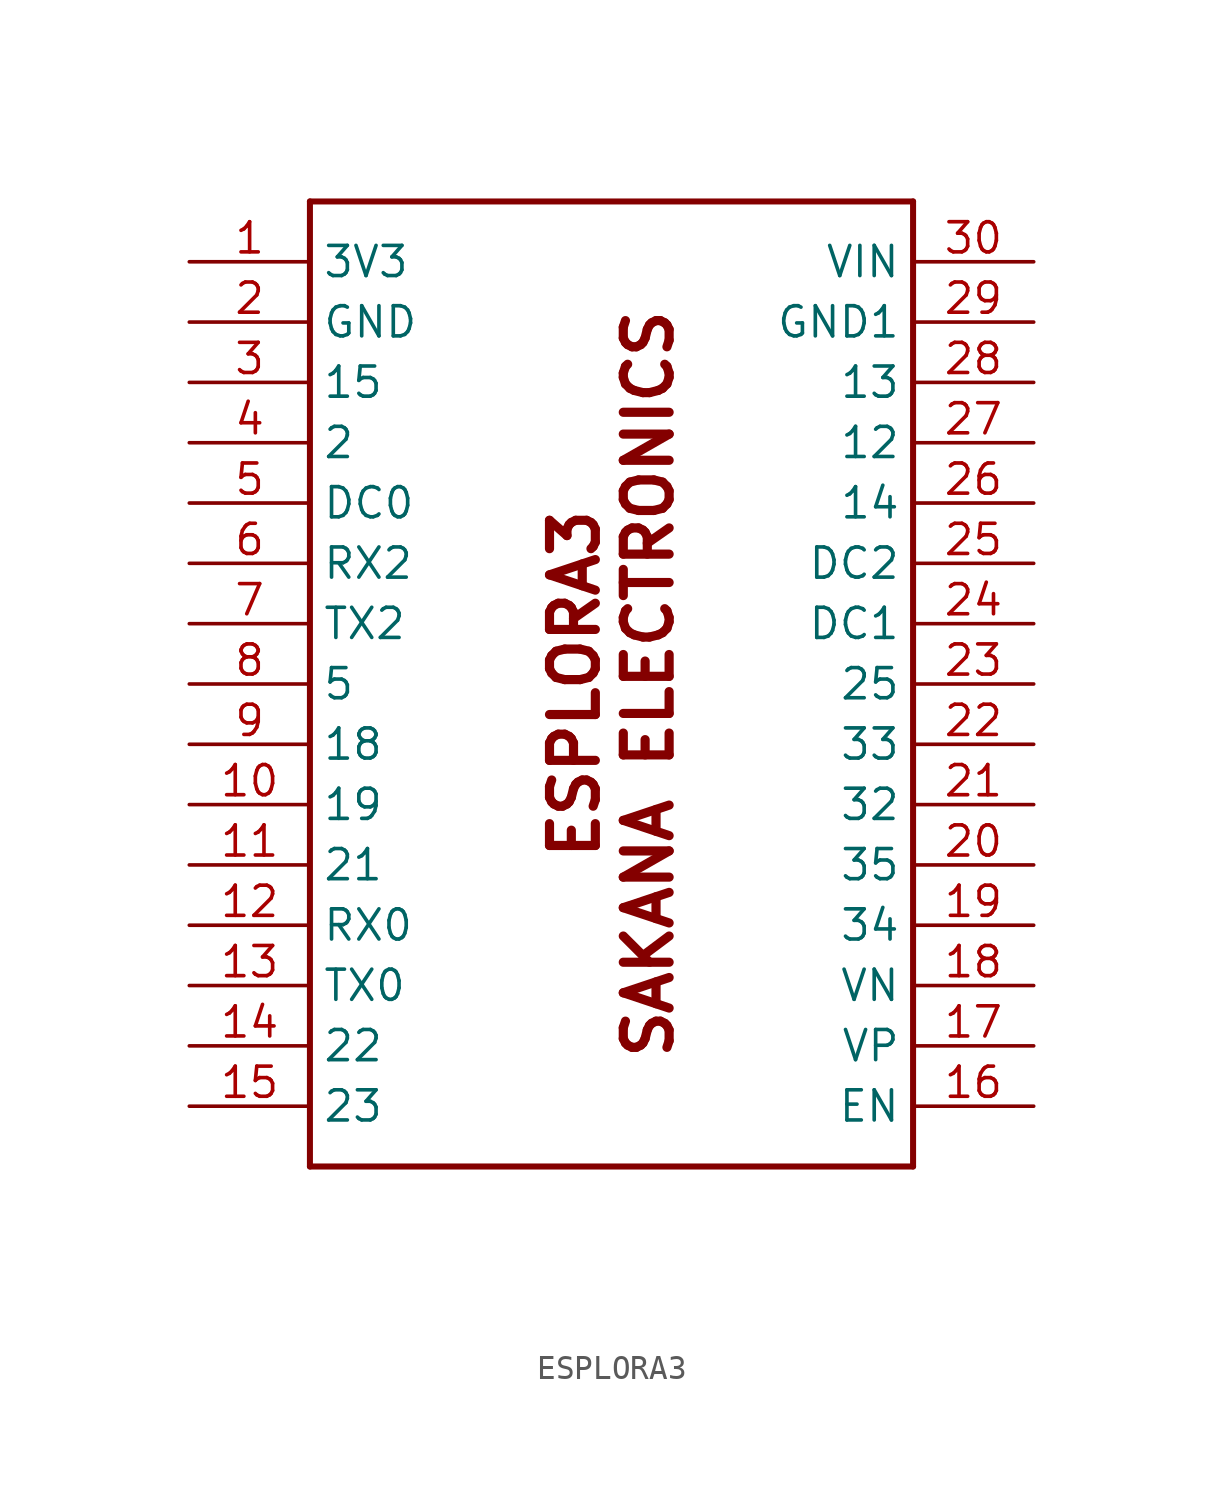
<source format=kicad_sym>
(kicad_symbol_lib
  (version 20231120)
  (generator "kicad_symbol_editor")
  (generator_version "8.0")
  (symbol "ESPLORA3"
    (property "Reference" ""
      (at -7.62 22.86 0)
      (effects (font (size 1.93 1.93) (thickness 0.386) (bold yes)) (hide yes)))
    (property "Value" ""
      (at 7.62 -22.86 0)
      (effects (font (size 1.93 1.93) (thickness 0.386) (bold yes))))
    (property "ki_locked" ""
      (at 0 0 0)
      (effects (font (size 1.27 1.27))))
    (symbol "ESPLORA3_1_0"
      (polyline (pts (xy -12.7 -20.32) (xy -12.7 20.32)) (stroke (width 0.254) (type solid)) (fill (type none)))
      (polyline (pts (xy -12.7 20.32) (xy 12.7 20.32)) (stroke (width 0.254) (type solid)) (fill (type none)))
      (polyline (pts (xy 12.7 -20.32) (xy -12.7 -20.32)) (stroke (width 0.254) (type solid)) (fill (type none)))
      (polyline (pts (xy 12.7 20.32) (xy 12.7 -20.32)) (stroke (width 0.254) (type solid)) (fill (type none)))
      (text "ESPLORA3\nSAKANA ELECTRONICS" (at 0 0 900) (effects (font (size 1.93 1.93) (thickness 0.386) (bold yes))))
      (pin bidirectional line (at -17.78 17.78 0) (length 5.08) (name "3V3" (effects (font (size 1.27 1.27)))) (number "1" (effects (font (size 1.27 1.27)))))
      (pin bidirectional line (at -17.78 -5.08 0) (length 5.08) (name "19" (effects (font (size 1.27 1.27)))) (number "10" (effects (font (size 1.27 1.27)))))
      (pin bidirectional line (at -17.78 -7.62 0) (length 5.08) (name "21" (effects (font (size 1.27 1.27)))) (number "11" (effects (font (size 1.27 1.27)))))
      (pin bidirectional line (at -17.78 -10.16 0) (length 5.08) (name "RX0" (effects (font (size 1.27 1.27)))) (number "12" (effects (font (size 1.27 1.27)))))
      (pin bidirectional line (at -17.78 -12.7 0) (length 5.08) (name "TX0" (effects (font (size 1.27 1.27)))) (number "13" (effects (font (size 1.27 1.27)))))
      (pin bidirectional line (at -17.78 -15.24 0) (length 5.08) (name "22" (effects (font (size 1.27 1.27)))) (number "14" (effects (font (size 1.27 1.27)))))
      (pin bidirectional line (at -17.78 -17.78 0) (length 5.08) (name "23" (effects (font (size 1.27 1.27)))) (number "15" (effects (font (size 1.27 1.27)))))
      (pin bidirectional line (at 17.78 -17.78 180) (length 5.08) (name "EN" (effects (font (size 1.27 1.27)))) (number "16" (effects (font (size 1.27 1.27)))))
      (pin bidirectional line (at 17.78 -15.24 180) (length 5.08) (name "VP" (effects (font (size 1.27 1.27)))) (number "17" (effects (font (size 1.27 1.27)))))
      (pin bidirectional line (at 17.78 -12.7 180) (length 5.08) (name "VN" (effects (font (size 1.27 1.27)))) (number "18" (effects (font (size 1.27 1.27)))))
      (pin bidirectional line (at 17.78 -10.16 180) (length 5.08) (name "34" (effects (font (size 1.27 1.27)))) (number "19" (effects (font (size 1.27 1.27)))))
      (pin bidirectional line (at -17.78 15.24 0) (length 5.08) (name "GND" (effects (font (size 1.27 1.27)))) (number "2" (effects (font (size 1.27 1.27)))))
      (pin bidirectional line (at 17.78 -7.62 180) (length 5.08) (name "35" (effects (font (size 1.27 1.27)))) (number "20" (effects (font (size 1.27 1.27)))))
      (pin bidirectional line (at 17.78 -5.08 180) (length 5.08) (name "32" (effects (font (size 1.27 1.27)))) (number "21" (effects (font (size 1.27 1.27)))))
      (pin bidirectional line (at 17.78 -2.54 180) (length 5.08) (name "33" (effects (font (size 1.27 1.27)))) (number "22" (effects (font (size 1.27 1.27)))))
      (pin bidirectional line (at 17.78 0 180) (length 5.08) (name "25" (effects (font (size 1.27 1.27)))) (number "23" (effects (font (size 1.27 1.27)))))
      (pin bidirectional line (at 17.78 2.54 180) (length 5.08) (name "DC1" (effects (font (size 1.27 1.27)))) (number "24" (effects (font (size 1.27 1.27)))))
      (pin bidirectional line (at 17.78 5.08 180) (length 5.08) (name "DC2" (effects (font (size 1.27 1.27)))) (number "25" (effects (font (size 1.27 1.27)))))
      (pin bidirectional line (at 17.78 7.62 180) (length 5.08) (name "14" (effects (font (size 1.27 1.27)))) (number "26" (effects (font (size 1.27 1.27)))))
      (pin bidirectional line (at 17.78 10.16 180) (length 5.08) (name "12" (effects (font (size 1.27 1.27)))) (number "27" (effects (font (size 1.27 1.27)))))
      (pin bidirectional line (at 17.78 12.7 180) (length 5.08) (name "13" (effects (font (size 1.27 1.27)))) (number "28" (effects (font (size 1.27 1.27)))))
      (pin bidirectional line (at 17.78 15.24 180) (length 5.08) (name "GND1" (effects (font (size 1.27 1.27)))) (number "29" (effects (font (size 1.27 1.27)))))
      (pin bidirectional line (at -17.78 12.7 0) (length 5.08) (name "15" (effects (font (size 1.27 1.27)))) (number "3" (effects (font (size 1.27 1.27)))))
      (pin bidirectional line (at 17.78 17.78 180) (length 5.08) (name "VIN" (effects (font (size 1.27 1.27)))) (number "30" (effects (font (size 1.27 1.27)))))
      (pin bidirectional line (at -17.78 10.16 0) (length 5.08) (name "2" (effects (font (size 1.27 1.27)))) (number "4" (effects (font (size 1.27 1.27)))))
      (pin bidirectional line (at -17.78 7.62 0) (length 5.08) (name "DC0" (effects (font (size 1.27 1.27)))) (number "5" (effects (font (size 1.27 1.27)))))
      (pin bidirectional line (at -17.78 5.08 0) (length 5.08) (name "RX2" (effects (font (size 1.27 1.27)))) (number "6" (effects (font (size 1.27 1.27)))))
      (pin bidirectional line (at -17.78 2.54 0) (length 5.08) (name "TX2" (effects (font (size 1.27 1.27)))) (number "7" (effects (font (size 1.27 1.27)))))
      (pin bidirectional line (at -17.78 0 0) (length 5.08) (name "5" (effects (font (size 1.27 1.27)))) (number "8" (effects (font (size 1.27 1.27)))))
      (pin bidirectional line (at -17.78 -2.54 0) (length 5.08) (name "18" (effects (font (size 1.27 1.27)))) (number "9" (effects (font (size 1.27 1.27))))))))
</source>
